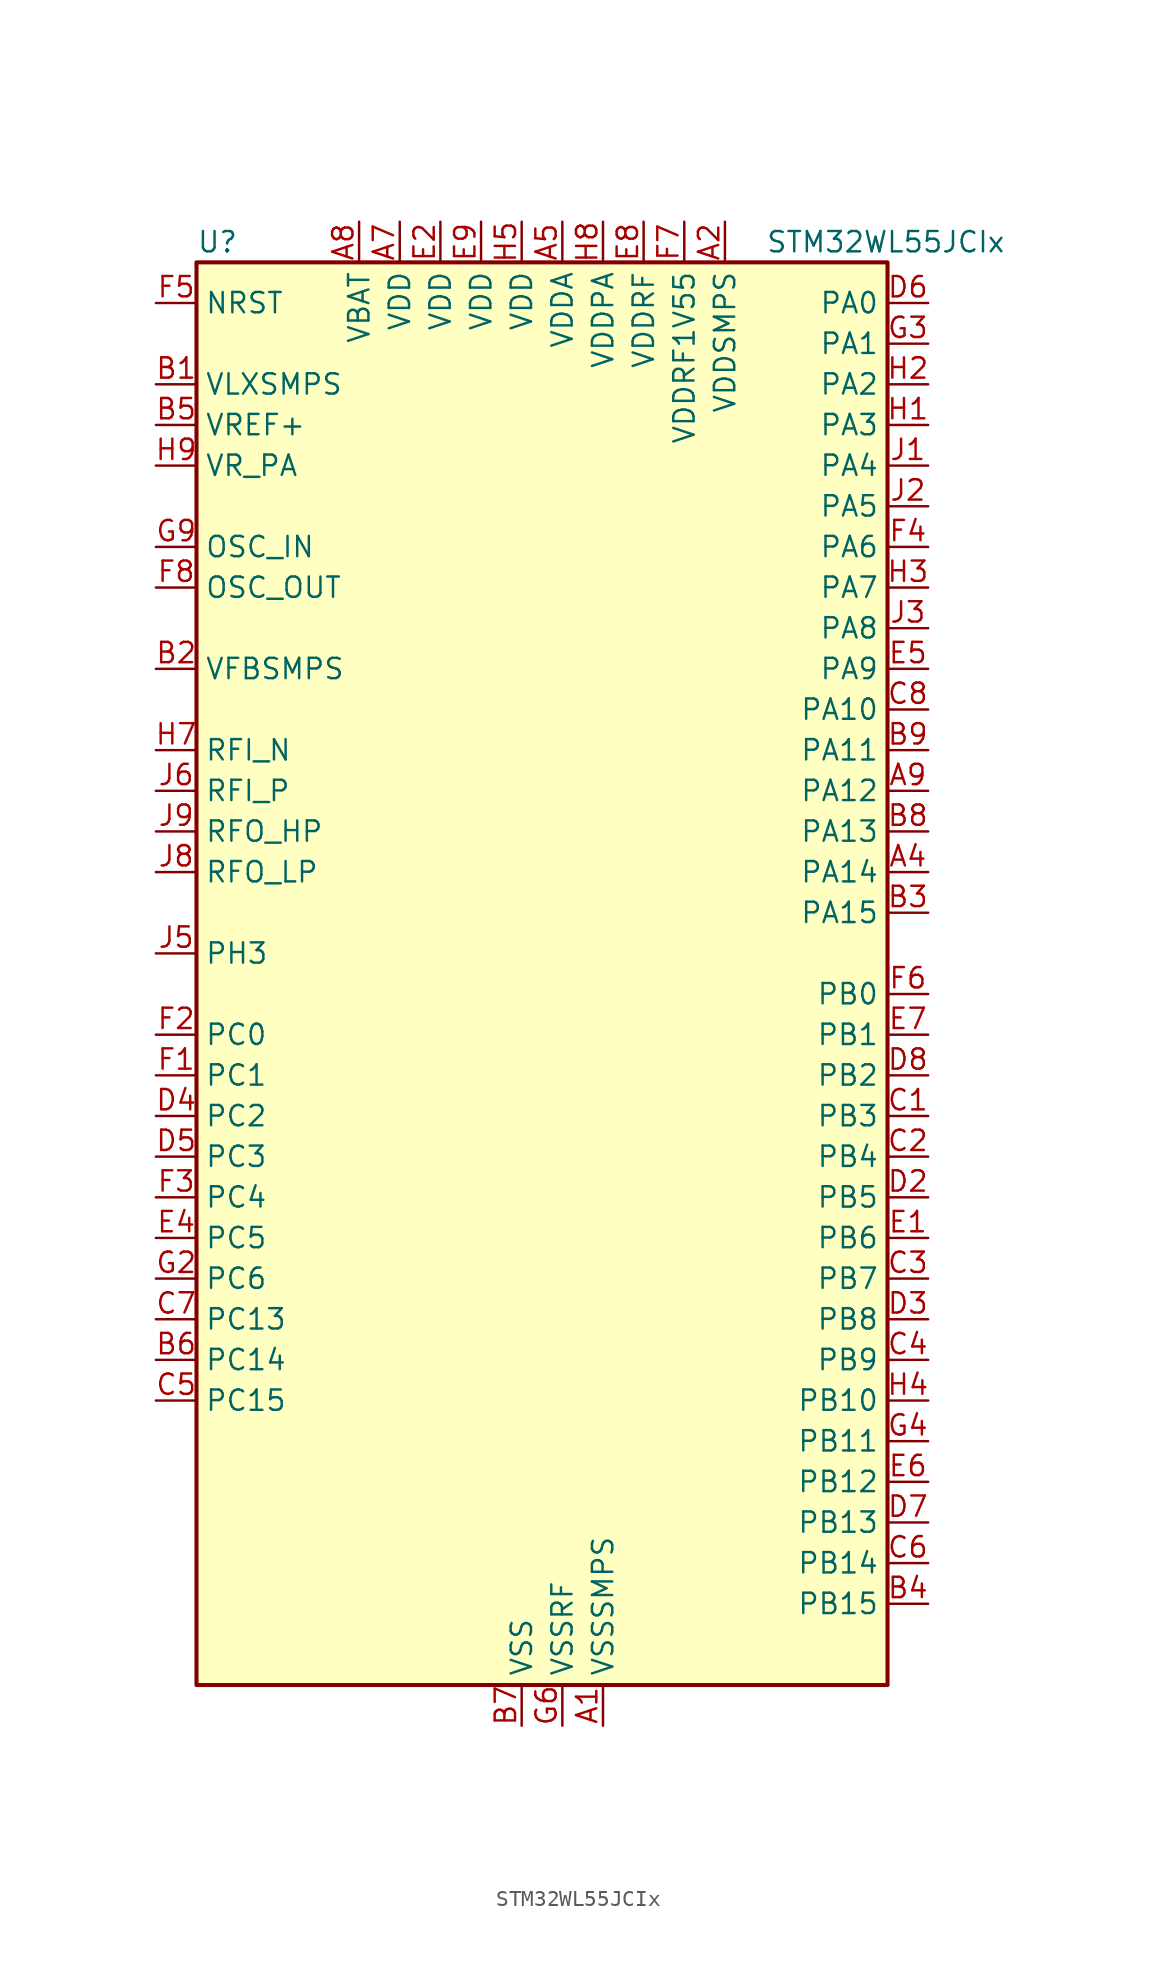
<source format=kicad_sym>
(kicad_symbol_lib
  (version 20220914)
  (generator kicad_symbol_editor)
  (symbol "STM32WL55JCIx"
    (property "Reference" "U"
      (at -20.32 46.99 0)
      (effects (font (size 1.27 1.27)) (justify left)))
    (property "Value" "STM32WL55JCIx"
      (at 15.24 46.99 0)
      (effects (font (size 1.27 1.27)) (justify left)))
    (property "ki_locked" ""
      (at 0 0 0)
      (effects (font (size 1.27 1.27))))
    (symbol "STM32WL55JCIx_0_1"
      (rectangle (start -20.32 -43.18) (end 22.86 45.72) (stroke (width 0.254) (type default)) (fill (type background))))
    (symbol "STM32WL55JCIx_1_1"
      (pin power_in line (at 5.08 -45.72 90) (length 2.54) (name "VSSSMPS" (effects (font (size 1.27 1.27)))) (number "A1" (effects (font (size 1.27 1.27)))))
      (pin power_in line (at 12.7 48.26 270) (length 2.54) (name "VDDSMPS" (effects (font (size 1.27 1.27)))) (number "A2" (effects (font (size 1.27 1.27)))))
      (pin bidirectional line (at 25.4 7.62 180) (length 2.54) (name "PA14" (effects (font (size 1.27 1.27)))) (number "A4" (effects (font (size 1.27 1.27)))) (alternate "ADC_IN10" bidirectional line) (alternate "DEBUG_JTCK-SWCLK" bidirectional line) (alternate "I2C1_SMBA" bidirectional line) (alternate "LPTIM1_OUT" bidirectional line))
      (pin power_in line (at 2.54 48.26 270) (length 2.54) (name "VDDA" (effects (font (size 1.27 1.27)))) (number "A5" (effects (font (size 1.27 1.27)))))
      (pin power_in line (at -7.62 48.26 270) (length 2.54) (name "VDD" (effects (font (size 1.27 1.27)))) (number "A7" (effects (font (size 1.27 1.27)))))
      (pin power_in line (at -10.16 48.26 270) (length 2.54) (name "VBAT" (effects (font (size 1.27 1.27)))) (number "A8" (effects (font (size 1.27 1.27)))))
      (pin bidirectional line (at 25.4 12.7 180) (length 2.54) (name "PA12" (effects (font (size 1.27 1.27)))) (number "A9" (effects (font (size 1.27 1.27)))) (alternate "ADC_IN8" bidirectional line) (alternate "DEBUG_RF-BUSY" bidirectional line) (alternate "I2C2_SCL" bidirectional line) (alternate "LPTIM3_IN1" bidirectional line) (alternate "SPI1_MOSI" bidirectional line) (alternate "TIM1_ETR" bidirectional line) (alternate "USART1_DE" bidirectional line) (alternate "USART1_RTS" bidirectional line))
      (pin power_in line (at -22.86 38.1 0) (length 2.54) (name "VLXSMPS" (effects (font (size 1.27 1.27)))) (number "B1" (effects (font (size 1.27 1.27)))))
      (pin input line (at -22.86 20.32 0) (length 2.54) (name "VFBSMPS" (effects (font (size 1.27 1.27)))) (number "B2" (effects (font (size 1.27 1.27)))))
      (pin bidirectional line (at 25.4 5.08 180) (length 2.54) (name "PA15" (effects (font (size 1.27 1.27)))) (number "B3" (effects (font (size 1.27 1.27)))) (alternate "ADC_IN11" bidirectional line) (alternate "COMP1_INM" bidirectional line) (alternate "COMP2_INP" bidirectional line) (alternate "DEBUG_JTDI" bidirectional line) (alternate "I2C2_SDA" bidirectional line) (alternate "SPI1_NSS" bidirectional line) (alternate "TIM2_CH1" bidirectional line) (alternate "TIM2_ETR" bidirectional line))
      (pin bidirectional line (at 25.4 -38.1 180) (length 2.54) (name "PB15" (effects (font (size 1.27 1.27)))) (number "B4" (effects (font (size 1.27 1.27)))) (alternate "I2C2_SCL" bidirectional line) (alternate "I2S2_SD" bidirectional line) (alternate "SPI2_MOSI" bidirectional line) (alternate "TIM1_CH3N" bidirectional line))
      (pin input line (at -22.86 35.56 0) (length 2.54) (name "VREF+" (effects (font (size 1.27 1.27)))) (number "B5" (effects (font (size 1.27 1.27)))) (alternate "VREFBUF_OUT" bidirectional line))
      (pin bidirectional line (at -22.86 -22.86 0) (length 2.54) (name "PC14" (effects (font (size 1.27 1.27)))) (number "B6" (effects (font (size 1.27 1.27)))) (alternate "RCC_OSC32_IN" bidirectional line))
      (pin power_in line (at 0 -45.72 90) (length 2.54) (name "VSS" (effects (font (size 1.27 1.27)))) (number "B7" (effects (font (size 1.27 1.27)))))
      (pin bidirectional line (at 25.4 10.16 180) (length 2.54) (name "PA13" (effects (font (size 1.27 1.27)))) (number "B8" (effects (font (size 1.27 1.27)))) (alternate "ADC_IN9" bidirectional line) (alternate "DEBUG_JTMS-SWDIO" bidirectional line) (alternate "I2C2_SMBA" bidirectional line) (alternate "IR_OUT" bidirectional line))
      (pin bidirectional line (at 25.4 15.24 180) (length 2.54) (name "PA11" (effects (font (size 1.27 1.27)))) (number "B9" (effects (font (size 1.27 1.27)))) (alternate "ADC_EXTI11" bidirectional line) (alternate "ADC_IN7" bidirectional line) (alternate "COMP1_INM" bidirectional line) (alternate "COMP2_INM" bidirectional line) (alternate "DEBUG_RF-NRESET" bidirectional line) (alternate "I2C2_SDA" bidirectional line) (alternate "LPTIM3_ETR" bidirectional line) (alternate "SPI1_MISO" bidirectional line) (alternate "TIM1_BKIN2" bidirectional line) (alternate "TIM1_CH4" bidirectional line) (alternate "USART1_CTS" bidirectional line) (alternate "USART1_NSS" bidirectional line))
      (pin bidirectional line (at 25.4 -7.62 180) (length 2.54) (name "PB3" (effects (font (size 1.27 1.27)))) (number "C1" (effects (font (size 1.27 1.27)))) (alternate "ADC_IN2" bidirectional line) (alternate "COMP1_INM" bidirectional line) (alternate "COMP2_INM" bidirectional line) (alternate "DEBUG_JTDO-SWO" bidirectional line) (alternate "DEBUG_RF-DTB1" bidirectional line) (alternate "PWR_WKUP3" bidirectional line) (alternate "RTC_TAMP_IN3" bidirectional line) (alternate "SPI1_SCK" bidirectional line) (alternate "TIM2_CH2" bidirectional line) (alternate "USART1_DE" bidirectional line) (alternate "USART1_RTS" bidirectional line))
      (pin bidirectional line (at 25.4 -10.16 180) (length 2.54) (name "PB4" (effects (font (size 1.27 1.27)))) (number "C2" (effects (font (size 1.27 1.27)))) (alternate "ADC_IN3" bidirectional line) (alternate "COMP1_INP" bidirectional line) (alternate "COMP2_INP" bidirectional line) (alternate "DEBUG_JTRST" bidirectional line) (alternate "DEBUG_RF-LDORDY" bidirectional line) (alternate "I2C3_SDA" bidirectional line) (alternate "SPI1_MISO" bidirectional line) (alternate "TIM17_BKIN" bidirectional line) (alternate "USART1_CTS" bidirectional line) (alternate "USART1_NSS" bidirectional line))
      (pin bidirectional line (at 25.4 -17.78 180) (length 2.54) (name "PB7" (effects (font (size 1.27 1.27)))) (number "C3" (effects (font (size 1.27 1.27)))) (alternate "I2C1_SDA" bidirectional line) (alternate "LPTIM1_IN2" bidirectional line) (alternate "PWR_PVD_IN" bidirectional line) (alternate "TIM17_CH1N" bidirectional line) (alternate "TIM1_BKIN" bidirectional line) (alternate "USART1_RX" bidirectional line))
      (pin bidirectional line (at 25.4 -22.86 180) (length 2.54) (name "PB9" (effects (font (size 1.27 1.27)))) (number "C4" (effects (font (size 1.27 1.27)))) (alternate "DAC_EXTI9" bidirectional line) (alternate "I2C1_SDA" bidirectional line) (alternate "I2S2_WS" bidirectional line) (alternate "IR_OUT" bidirectional line) (alternate "SPI2_NSS" bidirectional line) (alternate "TIM17_CH1" bidirectional line) (alternate "TIM1_CH3N" bidirectional line))
      (pin bidirectional line (at -22.86 -25.4 0) (length 2.54) (name "PC15" (effects (font (size 1.27 1.27)))) (number "C5" (effects (font (size 1.27 1.27)))) (alternate "RCC_OSC32_OUT" bidirectional line))
      (pin bidirectional line (at 25.4 -35.56 180) (length 2.54) (name "PB14" (effects (font (size 1.27 1.27)))) (number "C6" (effects (font (size 1.27 1.27)))) (alternate "ADC_IN1" bidirectional line) (alternate "I2C3_SDA" bidirectional line) (alternate "I2S2_MCK" bidirectional line) (alternate "SPI2_MISO" bidirectional line) (alternate "TIM1_CH2N" bidirectional line))
      (pin bidirectional line (at -22.86 -20.32 0) (length 2.54) (name "PC13" (effects (font (size 1.27 1.27)))) (number "C7" (effects (font (size 1.27 1.27)))) (alternate "PWR_WKUP2" bidirectional line) (alternate "RTC_OUT1" bidirectional line) (alternate "RTC_TAMP_IN1" bidirectional line) (alternate "RTC_TS" bidirectional line))
      (pin bidirectional line (at 25.4 17.78 180) (length 2.54) (name "PA10" (effects (font (size 1.27 1.27)))) (number "C8" (effects (font (size 1.27 1.27)))) (alternate "ADC_IN6" bidirectional line) (alternate "COMP1_INM" bidirectional line) (alternate "COMP2_INM" bidirectional line) (alternate "DAC_OUT1" bidirectional line) (alternate "DEBUG_RF-HSE32RDY" bidirectional line) (alternate "I2C1_SDA" bidirectional line) (alternate "I2S2_SD" bidirectional line) (alternate "RTC_REFIN" bidirectional line) (alternate "SPI2_MOSI" bidirectional line) (alternate "TIM17_BKIN" bidirectional line) (alternate "TIM1_CH3" bidirectional line) (alternate "USART1_RX" bidirectional line))
      (pin bidirectional line (at 25.4 -12.7 180) (length 2.54) (name "PB5" (effects (font (size 1.27 1.27)))) (number "D2" (effects (font (size 1.27 1.27)))) (alternate "COMP2_OUT" bidirectional line) (alternate "I2C1_SMBA" bidirectional line) (alternate "LPTIM1_IN1" bidirectional line) (alternate "SPI1_MOSI" bidirectional line) (alternate "TIM16_BKIN" bidirectional line) (alternate "USART1_CK" bidirectional line))
      (pin bidirectional line (at 25.4 -20.32 180) (length 2.54) (name "PB8" (effects (font (size 1.27 1.27)))) (number "D3" (effects (font (size 1.27 1.27)))) (alternate "I2C1_SCL" bidirectional line) (alternate "TIM16_CH1" bidirectional line) (alternate "TIM1_CH2N" bidirectional line))
      (pin bidirectional line (at -22.86 -7.62 0) (length 2.54) (name "PC2" (effects (font (size 1.27 1.27)))) (number "D4" (effects (font (size 1.27 1.27)))) (alternate "LPTIM1_IN2" bidirectional line) (alternate "SPI2_MISO" bidirectional line))
      (pin bidirectional line (at -22.86 -10.16 0) (length 2.54) (name "PC3" (effects (font (size 1.27 1.27)))) (number "D5" (effects (font (size 1.27 1.27)))) (alternate "I2S2_SD" bidirectional line) (alternate "LPTIM1_ETR" bidirectional line) (alternate "LPTIM2_ETR" bidirectional line) (alternate "SPI2_MOSI" bidirectional line))
      (pin bidirectional line (at 25.4 43.18 180) (length 2.54) (name "PA0" (effects (font (size 1.27 1.27)))) (number "D6" (effects (font (size 1.27 1.27)))) (alternate "COMP1_OUT" bidirectional line) (alternate "DEBUG_PWR-REGLP1S" bidirectional line) (alternate "I2C3_SMBA" bidirectional line) (alternate "I2S_CKIN" bidirectional line) (alternate "PWR_WKUP1" bidirectional line) (alternate "RTC_TAMP_IN2" bidirectional line) (alternate "TIM2_CH1" bidirectional line) (alternate "TIM2_ETR" bidirectional line) (alternate "USART2_CTS" bidirectional line) (alternate "USART2_NSS" bidirectional line))
      (pin bidirectional line (at 25.4 -33.02 180) (length 2.54) (name "PB13" (effects (font (size 1.27 1.27)))) (number "D7" (effects (font (size 1.27 1.27)))) (alternate "ADC_IN0" bidirectional line) (alternate "I2C3_SCL" bidirectional line) (alternate "I2S2_CK" bidirectional line) (alternate "LPUART1_CTS" bidirectional line) (alternate "SPI2_SCK" bidirectional line) (alternate "TIM1_CH1N" bidirectional line))
      (pin bidirectional line (at 25.4 -5.08 180) (length 2.54) (name "PB2" (effects (font (size 1.27 1.27)))) (number "D8" (effects (font (size 1.27 1.27)))) (alternate "ADC_IN4" bidirectional line) (alternate "COMP1_INP" bidirectional line) (alternate "COMP2_INM" bidirectional line) (alternate "DEBUG_RF-SMPSRDY" bidirectional line) (alternate "I2C3_SMBA" bidirectional line) (alternate "LPTIM1_OUT" bidirectional line) (alternate "SPI1_NSS" bidirectional line))
      (pin passive line (at 0 -45.72 90) (length 2.54) hide (name "VSS" (effects (font (size 1.27 1.27)))) (number "D9" (effects (font (size 1.27 1.27)))))
      (pin bidirectional line (at 25.4 -15.24 180) (length 2.54) (name "PB6" (effects (font (size 1.27 1.27)))) (number "E1" (effects (font (size 1.27 1.27)))) (alternate "I2C1_SCL" bidirectional line) (alternate "LPTIM1_ETR" bidirectional line) (alternate "TIM16_CH1N" bidirectional line) (alternate "USART1_TX" bidirectional line))
      (pin power_in line (at -5.08 48.26 270) (length 2.54) (name "VDD" (effects (font (size 1.27 1.27)))) (number "E2" (effects (font (size 1.27 1.27)))))
      (pin passive line (at 0 -45.72 90) (length 2.54) hide (name "VSS" (effects (font (size 1.27 1.27)))) (number "E3" (effects (font (size 1.27 1.27)))))
      (pin bidirectional line (at -22.86 -15.24 0) (length 2.54) (name "PC5" (effects (font (size 1.27 1.27)))) (number "E4" (effects (font (size 1.27 1.27)))))
      (pin bidirectional line (at 25.4 20.32 180) (length 2.54) (name "PA9" (effects (font (size 1.27 1.27)))) (number "E5" (effects (font (size 1.27 1.27)))) (alternate "DAC_EXTI9" bidirectional line) (alternate "I2C1_SCL" bidirectional line) (alternate "I2S2_CK" bidirectional line) (alternate "I2S2_WS" bidirectional line) (alternate "SPI2_NSS" bidirectional line) (alternate "SPI2_SCK" bidirectional line) (alternate "TIM1_CH2" bidirectional line) (alternate "USART1_TX" bidirectional line))
      (pin bidirectional line (at 25.4 -30.48 180) (length 2.54) (name "PB12" (effects (font (size 1.27 1.27)))) (number "E6" (effects (font (size 1.27 1.27)))) (alternate "I2C3_SMBA" bidirectional line) (alternate "I2S2_WS" bidirectional line) (alternate "LPUART1_RTS" bidirectional line) (alternate "SPI2_NSS" bidirectional line) (alternate "TIM1_BKIN" bidirectional line))
      (pin bidirectional line (at 25.4 -2.54 180) (length 2.54) (name "PB1" (effects (font (size 1.27 1.27)))) (number "E7" (effects (font (size 1.27 1.27)))) (alternate "ADC_IN5" bidirectional line) (alternate "COMP2_INP" bidirectional line) (alternate "LPTIM2_IN1" bidirectional line) (alternate "LPUART1_DE" bidirectional line) (alternate "LPUART1_RTS" bidirectional line))
      (pin power_in line (at 7.62 48.26 270) (length 2.54) (name "VDDRF" (effects (font (size 1.27 1.27)))) (number "E8" (effects (font (size 1.27 1.27)))))
      (pin power_in line (at -2.54 48.26 270) (length 2.54) (name "VDD" (effects (font (size 1.27 1.27)))) (number "E9" (effects (font (size 1.27 1.27)))))
      (pin bidirectional line (at -22.86 -5.08 0) (length 2.54) (name "PC1" (effects (font (size 1.27 1.27)))) (number "F1" (effects (font (size 1.27 1.27)))) (alternate "I2C3_SDA" bidirectional line) (alternate "I2S2_SD" bidirectional line) (alternate "LPTIM1_OUT" bidirectional line) (alternate "LPUART1_TX" bidirectional line) (alternate "SPI2_MOSI" bidirectional line))
      (pin bidirectional line (at -22.86 -2.54 0) (length 2.54) (name "PC0" (effects (font (size 1.27 1.27)))) (number "F2" (effects (font (size 1.27 1.27)))) (alternate "I2C3_SCL" bidirectional line) (alternate "LPTIM1_IN1" bidirectional line) (alternate "LPTIM2_IN1" bidirectional line) (alternate "LPUART1_RX" bidirectional line))
      (pin bidirectional line (at -22.86 -12.7 0) (length 2.54) (name "PC4" (effects (font (size 1.27 1.27)))) (number "F3" (effects (font (size 1.27 1.27)))))
      (pin bidirectional line (at 25.4 27.94 180) (length 2.54) (name "PA6" (effects (font (size 1.27 1.27)))) (number "F4" (effects (font (size 1.27 1.27)))) (alternate "DEBUG_SUBGHZSPI-MISOOUT" bidirectional line) (alternate "I2C2_SMBA" bidirectional line) (alternate "LPUART1_CTS" bidirectional line) (alternate "SPI1_MISO" bidirectional line) (alternate "TIM16_CH1" bidirectional line) (alternate "TIM1_BKIN" bidirectional line))
      (pin input line (at -22.86 43.18 0) (length 2.54) (name "NRST" (effects (font (size 1.27 1.27)))) (number "F5" (effects (font (size 1.27 1.27)))))
      (pin bidirectional line (at 25.4 0 180) (length 2.54) (name "PB0" (effects (font (size 1.27 1.27)))) (number "F6" (effects (font (size 1.27 1.27)))) (alternate "COMP1_OUT" bidirectional line) (alternate "VDDTCXO" bidirectional line))
      (pin power_in line (at 10.16 48.26 270) (length 2.54) (name "VDDRF1V55" (effects (font (size 1.27 1.27)))) (number "F7" (effects (font (size 1.27 1.27)))))
      (pin input line (at -22.86 25.4 0) (length 2.54) (name "OSC_OUT" (effects (font (size 1.27 1.27)))) (number "F8" (effects (font (size 1.27 1.27)))) (alternate "RCC_OSC_OUT" bidirectional line))
      (pin bidirectional line (at -22.86 -17.78 0) (length 2.54) (name "PC6" (effects (font (size 1.27 1.27)))) (number "G2" (effects (font (size 1.27 1.27)))) (alternate "I2S2_MCK" bidirectional line))
      (pin bidirectional line (at 25.4 40.64 180) (length 2.54) (name "PA1" (effects (font (size 1.27 1.27)))) (number "G3" (effects (font (size 1.27 1.27)))) (alternate "DEBUG_PWR-REGLP2S" bidirectional line) (alternate "I2C1_SMBA" bidirectional line) (alternate "LPTIM3_OUT" bidirectional line) (alternate "LPUART1_RTS" bidirectional line) (alternate "SPI1_SCK" bidirectional line) (alternate "TIM2_CH2" bidirectional line) (alternate "USART2_DE" bidirectional line) (alternate "USART2_RTS" bidirectional line))
      (pin bidirectional line (at 25.4 -27.94 180) (length 2.54) (name "PB11" (effects (font (size 1.27 1.27)))) (number "G4" (effects (font (size 1.27 1.27)))) (alternate "ADC_EXTI11" bidirectional line) (alternate "COMP2_OUT" bidirectional line) (alternate "I2C3_SDA" bidirectional line) (alternate "LPUART1_TX" bidirectional line) (alternate "TIM2_CH4" bidirectional line))
      (pin passive line (at 0 -45.72 90) (length 2.54) hide (name "VSS" (effects (font (size 1.27 1.27)))) (number "G5" (effects (font (size 1.27 1.27)))))
      (pin power_in line (at 2.54 -45.72 90) (length 2.54) (name "VSSRF" (effects (font (size 1.27 1.27)))) (number "G6" (effects (font (size 1.27 1.27)))))
      (pin passive line (at 2.54 -45.72 90) (length 2.54) hide (name "VSSRF" (effects (font (size 1.27 1.27)))) (number "G7" (effects (font (size 1.27 1.27)))))
      (pin passive line (at 2.54 -45.72 90) (length 2.54) hide (name "VSSRF" (effects (font (size 1.27 1.27)))) (number "G8" (effects (font (size 1.27 1.27)))))
      (pin input line (at -22.86 27.94 0) (length 2.54) (name "OSC_IN" (effects (font (size 1.27 1.27)))) (number "G9" (effects (font (size 1.27 1.27)))) (alternate "RCC_OSC_IN" bidirectional line))
      (pin bidirectional line (at 25.4 35.56 180) (length 2.54) (name "PA3" (effects (font (size 1.27 1.27)))) (number "H1" (effects (font (size 1.27 1.27)))) (alternate "I2S2_MCK" bidirectional line) (alternate "LPUART1_RX" bidirectional line) (alternate "TIM2_CH4" bidirectional line) (alternate "USART2_RX" bidirectional line))
      (pin bidirectional line (at 25.4 38.1 180) (length 2.54) (name "PA2" (effects (font (size 1.27 1.27)))) (number "H2" (effects (font (size 1.27 1.27)))) (alternate "COMP2_OUT" bidirectional line) (alternate "DEBUG_PWR-LDORDY" bidirectional line) (alternate "LPUART1_TX" bidirectional line) (alternate "RCC_LSCO" bidirectional line) (alternate "TIM2_CH3" bidirectional line) (alternate "USART2_TX" bidirectional line))
      (pin bidirectional line (at 25.4 25.4 180) (length 2.54) (name "PA7" (effects (font (size 1.27 1.27)))) (number "H3" (effects (font (size 1.27 1.27)))) (alternate "COMP2_OUT" bidirectional line) (alternate "DEBUG_SUBGHZSPI-MOSIOUT" bidirectional line) (alternate "I2C3_SCL" bidirectional line) (alternate "SPI1_MOSI" bidirectional line) (alternate "TIM17_CH1" bidirectional line) (alternate "TIM1_CH1N" bidirectional line))
      (pin bidirectional line (at 25.4 -25.4 180) (length 2.54) (name "PB10" (effects (font (size 1.27 1.27)))) (number "H4" (effects (font (size 1.27 1.27)))) (alternate "COMP1_OUT" bidirectional line) (alternate "I2C3_SCL" bidirectional line) (alternate "I2S2_CK" bidirectional line) (alternate "LPUART1_RX" bidirectional line) (alternate "SPI2_SCK" bidirectional line) (alternate "TIM2_CH3" bidirectional line))
      (pin power_in line (at 0 48.26 270) (length 2.54) (name "VDD" (effects (font (size 1.27 1.27)))) (number "H5" (effects (font (size 1.27 1.27)))))
      (pin passive line (at 2.54 -45.72 90) (length 2.54) hide (name "VSSRF" (effects (font (size 1.27 1.27)))) (number "H6" (effects (font (size 1.27 1.27)))))
      (pin bidirectional line (at -22.86 15.24 0) (length 2.54) (name "RFI_N" (effects (font (size 1.27 1.27)))) (number "H7" (effects (font (size 1.27 1.27)))))
      (pin power_in line (at 5.08 48.26 270) (length 2.54) (name "VDDPA" (effects (font (size 1.27 1.27)))) (number "H8" (effects (font (size 1.27 1.27)))))
      (pin power_in line (at -22.86 33.02 0) (length 2.54) (name "VR_PA" (effects (font (size 1.27 1.27)))) (number "H9" (effects (font (size 1.27 1.27)))))
      (pin bidirectional line (at 25.4 33.02 180) (length 2.54) (name "PA4" (effects (font (size 1.27 1.27)))) (number "J1" (effects (font (size 1.27 1.27)))) (alternate "DEBUG_SUBGHZSPI-NSSOUT" bidirectional line) (alternate "LPTIM1_OUT" bidirectional line) (alternate "LPTIM2_OUT" bidirectional line) (alternate "RTC_OUT2" bidirectional line) (alternate "SPI1_NSS" bidirectional line) (alternate "USART2_CK" bidirectional line))
      (pin bidirectional line (at 25.4 30.48 180) (length 2.54) (name "PA5" (effects (font (size 1.27 1.27)))) (number "J2" (effects (font (size 1.27 1.27)))) (alternate "DEBUG_SUBGHZSPI-SCKOUT" bidirectional line) (alternate "LPTIM2_ETR" bidirectional line) (alternate "SPI1_SCK" bidirectional line) (alternate "SPI2_MISO" bidirectional line) (alternate "TIM2_CH1" bidirectional line) (alternate "TIM2_ETR" bidirectional line))
      (pin bidirectional line (at 25.4 22.86 180) (length 2.54) (name "PA8" (effects (font (size 1.27 1.27)))) (number "J3" (effects (font (size 1.27 1.27)))) (alternate "I2S2_CK" bidirectional line) (alternate "LPTIM2_OUT" bidirectional line) (alternate "RCC_MCO" bidirectional line) (alternate "SPI2_SCK" bidirectional line) (alternate "TIM1_CH1" bidirectional line) (alternate "USART1_CK" bidirectional line))
      (pin bidirectional line (at -22.86 2.54 0) (length 2.54) (name "PH3" (effects (font (size 1.27 1.27)))) (number "J5" (effects (font (size 1.27 1.27)))))
      (pin bidirectional line (at -22.86 12.7 0) (length 2.54) (name "RFI_P" (effects (font (size 1.27 1.27)))) (number "J6" (effects (font (size 1.27 1.27)))))
      (pin bidirectional line (at -22.86 7.62 0) (length 2.54) (name "RFO_LP" (effects (font (size 1.27 1.27)))) (number "J8" (effects (font (size 1.27 1.27)))))
      (pin bidirectional line (at -22.86 10.16 0) (length 2.54) (name "RFO_HP" (effects (font (size 1.27 1.27)))) (number "J9" (effects (font (size 1.27 1.27))))))))
</source>
